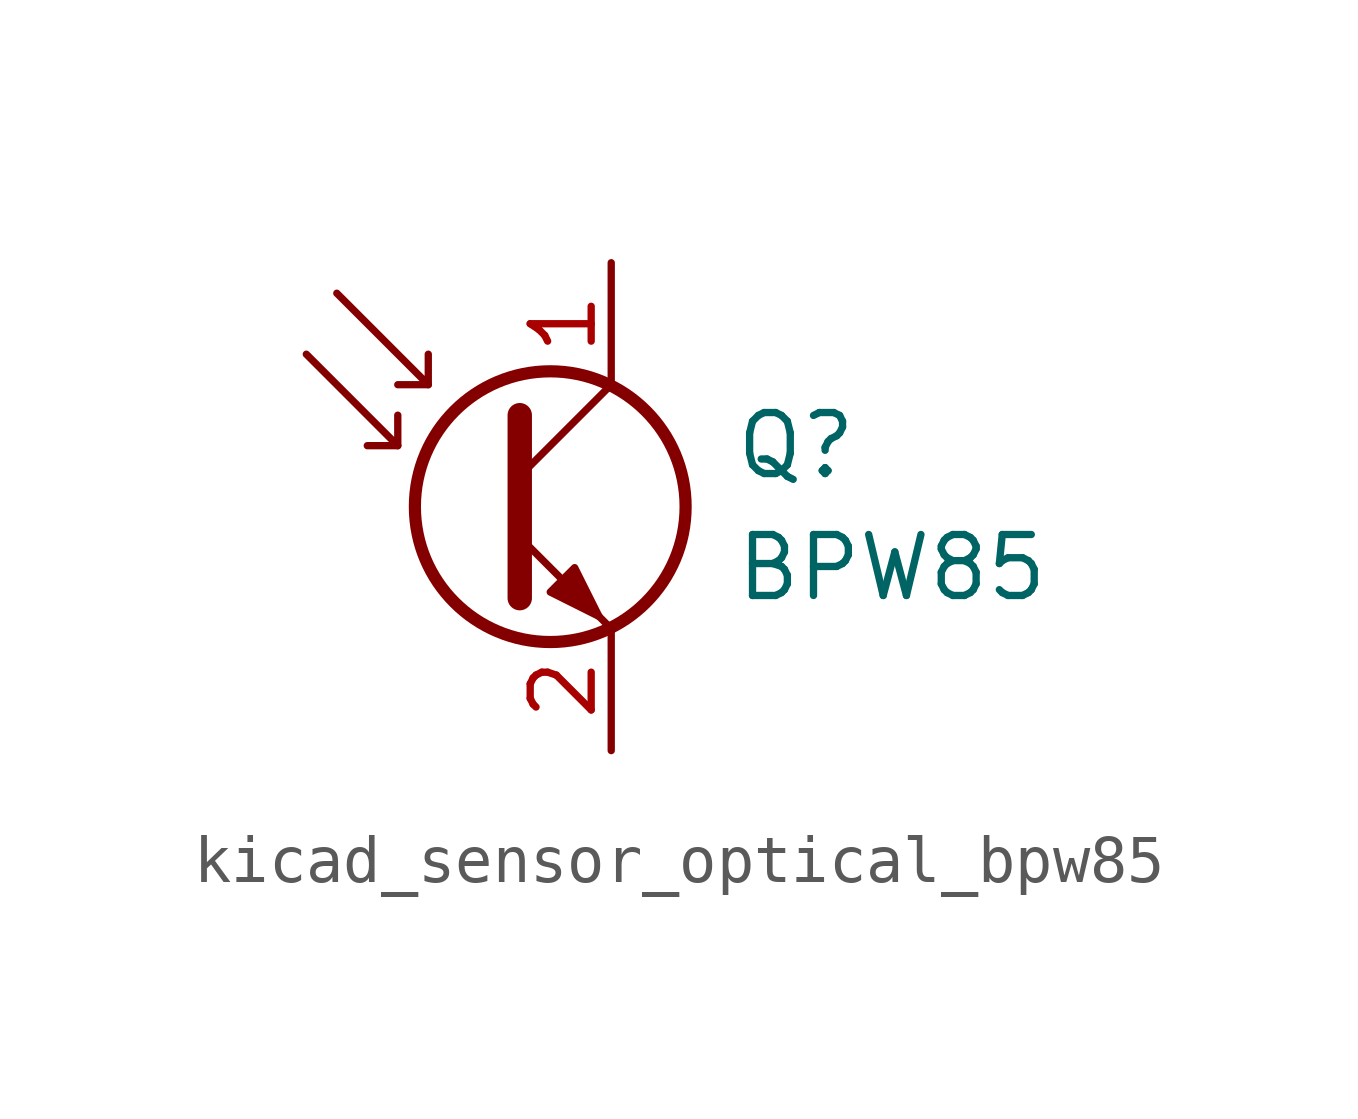
<source format=kicad_sym>
(kicad_symbol_lib
  (version 20220914)
  (generator kicad_symbol_editor)
  (symbol "kicad_sensor_optical_bpw85"
    (pin_names
      (offset 0) hide)
    (property "Reference" "Q"
      (at 5.08 1.27 0)
      (effects (font (size 1.27 1.27)) (justify left)))
    (property "Value" "BPW85"
      (at 5.08 -1.27 0)
      (effects (font (size 1.27 1.27)) (justify left)))
    (symbol "kicad_sensor_optical_bpw85_0_1"
      (polyline (pts (xy -1.905 1.27) (xy -2.54 1.27)) (stroke (width 0) (type default)) (fill (type none)))
      (polyline (pts (xy -1.27 2.54) (xy -1.905 2.54)) (stroke (width 0) (type default)) (fill (type none)))
      (polyline (pts (xy 0.635 0.635) (xy 2.54 2.54)) (stroke (width 0) (type default)) (fill (type none)))
      (polyline (pts (xy -3.81 3.175) (xy -1.905 1.27) (xy -1.905 1.905)) (stroke (width 0) (type default)) (fill (type none)))
      (polyline (pts (xy -3.175 4.445) (xy -1.27 2.54) (xy -1.27 3.175)) (stroke (width 0) (type default)) (fill (type none)))
      (polyline (pts (xy 0.635 -0.635) (xy 2.54 -2.54) (xy 2.54 -2.54)) (stroke (width 0) (type default)) (fill (type none)))
      (polyline (pts (xy 0.635 1.905) (xy 0.635 -1.905) (xy 0.635 -1.905)) (stroke (width 0.508) (type default)) (fill (type none)))
      (polyline (pts (xy 1.27 -1.778) (xy 1.778 -1.27) (xy 2.286 -2.286) (xy 1.27 -1.778) (xy 1.27 -1.778)) (stroke (width 0) (type default)) (fill (type outline)))
      (circle (center 1.27 0) (radius 2.819) (stroke (width 0.254) (type default)) (fill (type none))))
    (symbol "kicad_sensor_optical_bpw85_1_1"
      (pin passive line (at 2.54 5.08 270) (length 2.54) (name "C" (effects (font (size 1.27 1.27)))) (number "1" (effects (font (size 1.27 1.27)))))
      (pin passive line (at 2.54 -5.08 90) (length 2.54) (name "E" (effects (font (size 1.27 1.27)))) (number "2" (effects (font (size 1.27 1.27))))))))
</source>
